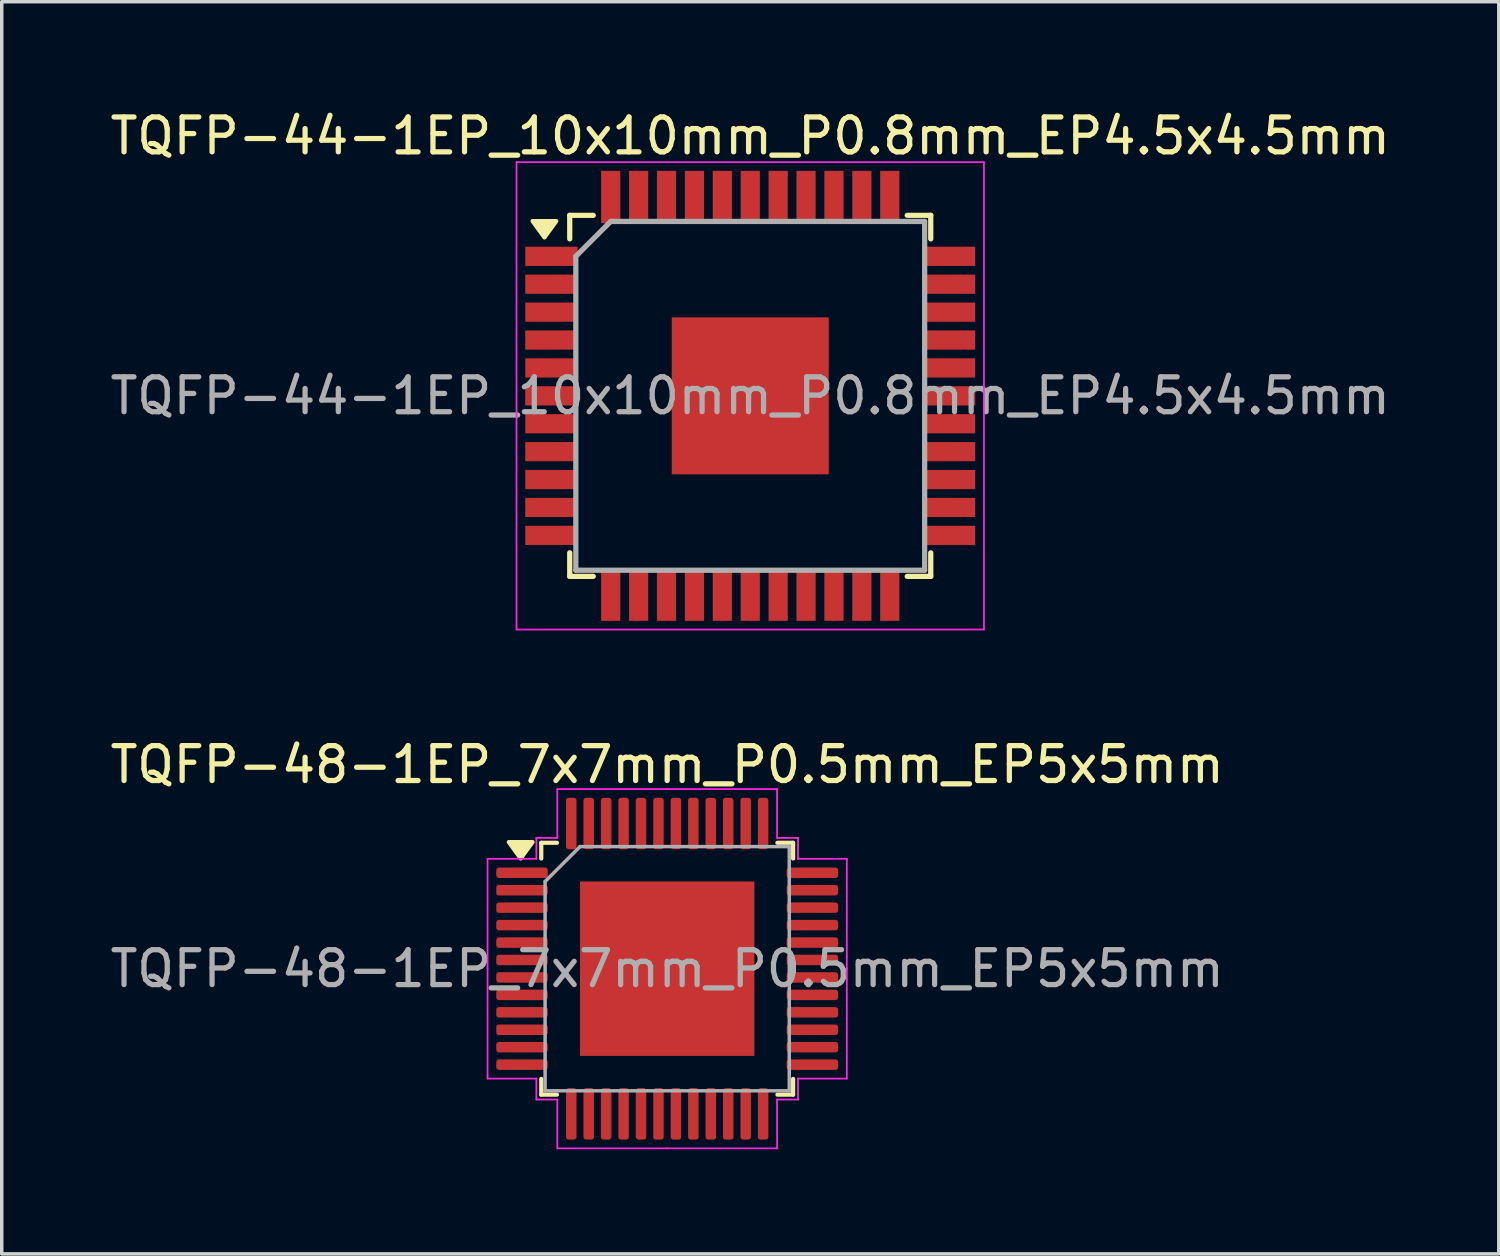
<source format=kicad_pcb>
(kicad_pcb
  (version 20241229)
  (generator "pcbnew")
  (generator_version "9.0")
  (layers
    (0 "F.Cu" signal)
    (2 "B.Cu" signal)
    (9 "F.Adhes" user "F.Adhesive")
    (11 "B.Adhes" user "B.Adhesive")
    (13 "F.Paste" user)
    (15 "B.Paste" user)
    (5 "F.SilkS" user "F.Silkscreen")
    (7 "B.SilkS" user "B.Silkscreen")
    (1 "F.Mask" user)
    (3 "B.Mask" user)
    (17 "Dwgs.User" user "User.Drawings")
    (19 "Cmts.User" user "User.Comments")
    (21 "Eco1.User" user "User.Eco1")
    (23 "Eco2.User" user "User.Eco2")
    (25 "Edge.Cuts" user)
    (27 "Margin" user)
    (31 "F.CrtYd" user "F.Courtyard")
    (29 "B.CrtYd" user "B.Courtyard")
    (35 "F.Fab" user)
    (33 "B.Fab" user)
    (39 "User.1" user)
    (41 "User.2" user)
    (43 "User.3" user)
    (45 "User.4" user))
  (footprint "TQFP-48-1EP_7x7mm_P0.5mm_EP5x5mm"
    (layer "F.Cu")
    (at 16.077 24.721)
    (property "Reference" "TQFP-48-1EP_7x7mm_P0.5mm_EP5x5mm" (at 0 -5.85 0) (layer "F.SilkS") (effects (font (size 1 1) (thickness 0.15))))
    (attr smd)
    (fp_line (start -3.61 -3.61) (end -3.61 -3.16) (stroke (width 0.12) (type solid)) (layer "F.SilkS"))
    (fp_line (start -3.61 3.61) (end -3.61 3.16) (stroke (width 0.12) (type solid)) (layer "F.SilkS"))
    (fp_line (start -3.16 -3.61) (end -3.61 -3.61) (stroke (width 0.12) (type solid)) (layer "F.SilkS"))
    (fp_line (start -3.16 3.61) (end -3.61 3.61) (stroke (width 0.12) (type solid)) (layer "F.SilkS"))
    (fp_line (start 3.16 -3.61) (end 3.61 -3.61) (stroke (width 0.12) (type solid)) (layer "F.SilkS"))
    (fp_line (start 3.16 3.61) (end 3.61 3.61) (stroke (width 0.12) (type solid)) (layer "F.SilkS"))
    (fp_line (start 3.61 -3.61) (end 3.61 -3.16) (stroke (width 0.12) (type solid)) (layer "F.SilkS"))
    (fp_line (start 3.61 3.61) (end 3.61 3.16) (stroke (width 0.12) (type solid)) (layer "F.SilkS"))
    (fp_poly (pts (xy -4.2 -3.16) (xy -4.54 -3.63) (xy -3.86 -3.63) (xy -4.2 -3.16)) (stroke (width 0.12) (type solid)) (fill yes) (layer "F.SilkS"))
    (fp_line (start -5.15 -3.15) (end -5.15 0) (stroke (width 0.05) (type solid)) (layer "F.CrtYd"))
    (fp_line (start -5.15 3.15) (end -5.15 0) (stroke (width 0.05) (type solid)) (layer "F.CrtYd"))
    (fp_line (start -3.75 -3.75) (end -3.75 -3.15) (stroke (width 0.05) (type solid)) (layer "F.CrtYd"))
    (fp_line (start -3.75 -3.15) (end -5.15 -3.15) (stroke (width 0.05) (type solid)) (layer "F.CrtYd"))
    (fp_line (start -3.75 3.15) (end -5.15 3.15) (stroke (width 0.05) (type solid)) (layer "F.CrtYd"))
    (fp_line (start -3.75 3.75) (end -3.75 3.15) (stroke (width 0.05) (type solid)) (layer "F.CrtYd"))
    (fp_line (start -3.15 -5.15) (end -3.15 -3.75) (stroke (width 0.05) (type solid)) (layer "F.CrtYd"))
    (fp_line (start -3.15 -3.75) (end -3.75 -3.75) (stroke (width 0.05) (type solid)) (layer "F.CrtYd"))
    (fp_line (start -3.15 3.75) (end -3.75 3.75) (stroke (width 0.05) (type solid)) (layer "F.CrtYd"))
    (fp_line (start -3.15 5.15) (end -3.15 3.75) (stroke (width 0.05) (type solid)) (layer "F.CrtYd"))
    (fp_line (start 0 -5.15) (end -3.15 -5.15) (stroke (width 0.05) (type solid)) (layer "F.CrtYd"))
    (fp_line (start 0 -5.15) (end 3.15 -5.15) (stroke (width 0.05) (type solid)) (layer "F.CrtYd"))
    (fp_line (start 0 5.15) (end -3.15 5.15) (stroke (width 0.05) (type solid)) (layer "F.CrtYd"))
    (fp_line (start 0 5.15) (end 3.15 5.15) (stroke (width 0.05) (type solid)) (layer "F.CrtYd"))
    (fp_line (start 3.15 -5.15) (end 3.15 -3.75) (stroke (width 0.05) (type solid)) (layer "F.CrtYd"))
    (fp_line (start 3.15 -3.75) (end 3.75 -3.75) (stroke (width 0.05) (type solid)) (layer "F.CrtYd"))
    (fp_line (start 3.15 3.75) (end 3.75 3.75) (stroke (width 0.05) (type solid)) (layer "F.CrtYd"))
    (fp_line (start 3.15 5.15) (end 3.15 3.75) (stroke (width 0.05) (type solid)) (layer "F.CrtYd"))
    (fp_line (start 3.75 -3.75) (end 3.75 -3.15) (stroke (width 0.05) (type solid)) (layer "F.CrtYd"))
    (fp_line (start 3.75 -3.15) (end 5.15 -3.15) (stroke (width 0.05) (type solid)) (layer "F.CrtYd"))
    (fp_line (start 3.75 3.15) (end 5.15 3.15) (stroke (width 0.05) (type solid)) (layer "F.CrtYd"))
    (fp_line (start 3.75 3.75) (end 3.75 3.15) (stroke (width 0.05) (type solid)) (layer "F.CrtYd"))
    (fp_line (start 5.15 -3.15) (end 5.15 0) (stroke (width 0.05) (type solid)) (layer "F.CrtYd"))
    (fp_line (start 5.15 3.15) (end 5.15 0) (stroke (width 0.05) (type solid)) (layer "F.CrtYd"))
    (fp_line (start -3.5 -2.5) (end -2.5 -3.5) (stroke (width 0.1) (type solid)) (layer "F.Fab"))
    (fp_line (start -3.5 3.5) (end -3.5 -2.5) (stroke (width 0.1) (type solid)) (layer "F.Fab"))
    (fp_line (start -2.5 -3.5) (end 3.5 -3.5) (stroke (width 0.1) (type solid)) (layer "F.Fab"))
    (fp_line (start 3.5 -3.5) (end 3.5 3.5) (stroke (width 0.1) (type solid)) (layer "F.Fab"))
    (fp_line (start 3.5 3.5) (end -3.5 3.5) (stroke (width 0.1) (type solid)) (layer "F.Fab"))
    (fp_text user "${REFERENCE}" (at 0 0 0) (layer "F.Fab") (effects (font (size 1 1) (thickness 0.15))))
    (pad "" smd roundrect (at -1.875 -1.875) (size 1.01 1.01) (layers "F.Paste") (roundrect_rratio 0.248))
    (pad "" smd roundrect (at -1.875 -0.625) (size 1.01 1.01) (layers "F.Paste") (roundrect_rratio 0.248))
    (pad "" smd roundrect (at -1.875 0.625) (size 1.01 1.01) (layers "F.Paste") (roundrect_rratio 0.248))
    (pad "" smd roundrect (at -1.875 1.875) (size 1.01 1.01) (layers "F.Paste") (roundrect_rratio 0.248))
    (pad "" smd roundrect (at -0.625 -1.875) (size 1.01 1.01) (layers "F.Paste") (roundrect_rratio 0.248))
    (pad "" smd roundrect (at -0.625 -0.625) (size 1.01 1.01) (layers "F.Paste") (roundrect_rratio 0.248))
    (pad "" smd roundrect (at -0.625 0.625) (size 1.01 1.01) (layers "F.Paste") (roundrect_rratio 0.248))
    (pad "" smd roundrect (at -0.625 1.875) (size 1.01 1.01) (layers "F.Paste") (roundrect_rratio 0.248))
    (pad "" smd roundrect (at 0.625 -1.875) (size 1.01 1.01) (layers "F.Paste") (roundrect_rratio 0.248))
    (pad "" smd roundrect (at 0.625 -0.625) (size 1.01 1.01) (layers "F.Paste") (roundrect_rratio 0.248))
    (pad "" smd roundrect (at 0.625 0.625) (size 1.01 1.01) (layers "F.Paste") (roundrect_rratio 0.248))
    (pad "" smd roundrect (at 0.625 1.875) (size 1.01 1.01) (layers "F.Paste") (roundrect_rratio 0.248))
    (pad "" smd roundrect (at 1.875 -1.875) (size 1.01 1.01) (layers "F.Paste") (roundrect_rratio 0.248))
    (pad "" smd roundrect (at 1.875 -0.625) (size 1.01 1.01) (layers "F.Paste") (roundrect_rratio 0.248))
    (pad "" smd roundrect (at 1.875 0.625) (size 1.01 1.01) (layers "F.Paste") (roundrect_rratio 0.248))
    (pad "" smd roundrect (at 1.875 1.875) (size 1.01 1.01) (layers "F.Paste") (roundrect_rratio 0.248))
    (pad "1" smd roundrect (at -4.162 -2.75) (size 1.475 0.3) (layers "F.Cu" "F.Mask" "F.Paste") (roundrect_rratio 0.25))
    (pad "2" smd roundrect (at -4.162 -2.25) (size 1.475 0.3) (layers "F.Cu" "F.Mask" "F.Paste") (roundrect_rratio 0.25))
    (pad "3" smd roundrect (at -4.162 -1.75) (size 1.475 0.3) (layers "F.Cu" "F.Mask" "F.Paste") (roundrect_rratio 0.25))
    (pad "4" smd roundrect (at -4.162 -1.25) (size 1.475 0.3) (layers "F.Cu" "F.Mask" "F.Paste") (roundrect_rratio 0.25))
    (pad "5" smd roundrect (at -4.162 -0.75) (size 1.475 0.3) (layers "F.Cu" "F.Mask" "F.Paste") (roundrect_rratio 0.25))
    (pad "6" smd roundrect (at -4.162 -0.25) (size 1.475 0.3) (layers "F.Cu" "F.Mask" "F.Paste") (roundrect_rratio 0.25))
    (pad "7" smd roundrect (at -4.162 0.25) (size 1.475 0.3) (layers "F.Cu" "F.Mask" "F.Paste") (roundrect_rratio 0.25))
    (pad "8" smd roundrect (at -4.162 0.75) (size 1.475 0.3) (layers "F.Cu" "F.Mask" "F.Paste") (roundrect_rratio 0.25))
    (pad "9" smd roundrect (at -4.162 1.25) (size 1.475 0.3) (layers "F.Cu" "F.Mask" "F.Paste") (roundrect_rratio 0.25))
    (pad "10" smd roundrect (at -4.162 1.75) (size 1.475 0.3) (layers "F.Cu" "F.Mask" "F.Paste") (roundrect_rratio 0.25))
    (pad "11" smd roundrect (at -4.162 2.25) (size 1.475 0.3) (layers "F.Cu" "F.Mask" "F.Paste") (roundrect_rratio 0.25))
    (pad "12" smd roundrect (at -4.162 2.75) (size 1.475 0.3) (layers "F.Cu" "F.Mask" "F.Paste") (roundrect_rratio 0.25))
    (pad "13" smd roundrect (at -2.75 4.162) (size 0.3 1.475) (layers "F.Cu" "F.Mask" "F.Paste") (roundrect_rratio 0.25))
    (pad "14" smd roundrect (at -2.25 4.162) (size 0.3 1.475) (layers "F.Cu" "F.Mask" "F.Paste") (roundrect_rratio 0.25))
    (pad "15" smd roundrect (at -1.75 4.162) (size 0.3 1.475) (layers "F.Cu" "F.Mask" "F.Paste") (roundrect_rratio 0.25))
    (pad "16" smd roundrect (at -1.25 4.162) (size 0.3 1.475) (layers "F.Cu" "F.Mask" "F.Paste") (roundrect_rratio 0.25))
    (pad "17" smd roundrect (at -0.75 4.162) (size 0.3 1.475) (layers "F.Cu" "F.Mask" "F.Paste") (roundrect_rratio 0.25))
    (pad "18" smd roundrect (at -0.25 4.162) (size 0.3 1.475) (layers "F.Cu" "F.Mask" "F.Paste") (roundrect_rratio 0.25))
    (pad "19" smd roundrect (at 0.25 4.162) (size 0.3 1.475) (layers "F.Cu" "F.Mask" "F.Paste") (roundrect_rratio 0.25))
    (pad "20" smd roundrect (at 0.75 4.162) (size 0.3 1.475) (layers "F.Cu" "F.Mask" "F.Paste") (roundrect_rratio 0.25))
    (pad "21" smd roundrect (at 1.25 4.162) (size 0.3 1.475) (layers "F.Cu" "F.Mask" "F.Paste") (roundrect_rratio 0.25))
    (pad "22" smd roundrect (at 1.75 4.162) (size 0.3 1.475) (layers "F.Cu" "F.Mask" "F.Paste") (roundrect_rratio 0.25))
    (pad "23" smd roundrect (at 2.25 4.162) (size 0.3 1.475) (layers "F.Cu" "F.Mask" "F.Paste") (roundrect_rratio 0.25))
    (pad "24" smd roundrect (at 2.75 4.162) (size 0.3 1.475) (layers "F.Cu" "F.Mask" "F.Paste") (roundrect_rratio 0.25))
    (pad "25" smd roundrect (at 4.162 2.75) (size 1.475 0.3) (layers "F.Cu" "F.Mask" "F.Paste") (roundrect_rratio 0.25))
    (pad "26" smd roundrect (at 4.162 2.25) (size 1.475 0.3) (layers "F.Cu" "F.Mask" "F.Paste") (roundrect_rratio 0.25))
    (pad "27" smd roundrect (at 4.162 1.75) (size 1.475 0.3) (layers "F.Cu" "F.Mask" "F.Paste") (roundrect_rratio 0.25))
    (pad "28" smd roundrect (at 4.162 1.25) (size 1.475 0.3) (layers "F.Cu" "F.Mask" "F.Paste") (roundrect_rratio 0.25))
    (pad "29" smd roundrect (at 4.162 0.75) (size 1.475 0.3) (layers "F.Cu" "F.Mask" "F.Paste") (roundrect_rratio 0.25))
    (pad "30" smd roundrect (at 4.162 0.25) (size 1.475 0.3) (layers "F.Cu" "F.Mask" "F.Paste") (roundrect_rratio 0.25))
    (pad "31" smd roundrect (at 4.162 -0.25) (size 1.475 0.3) (layers "F.Cu" "F.Mask" "F.Paste") (roundrect_rratio 0.25))
    (pad "32" smd roundrect (at 4.162 -0.75) (size 1.475 0.3) (layers "F.Cu" "F.Mask" "F.Paste") (roundrect_rratio 0.25))
    (pad "33" smd roundrect (at 4.162 -1.25) (size 1.475 0.3) (layers "F.Cu" "F.Mask" "F.Paste") (roundrect_rratio 0.25))
    (pad "34" smd roundrect (at 4.162 -1.75) (size 1.475 0.3) (layers "F.Cu" "F.Mask" "F.Paste") (roundrect_rratio 0.25))
    (pad "35" smd roundrect (at 4.162 -2.25) (size 1.475 0.3) (layers "F.Cu" "F.Mask" "F.Paste") (roundrect_rratio 0.25))
    (pad "36" smd roundrect (at 4.162 -2.75) (size 1.475 0.3) (layers "F.Cu" "F.Mask" "F.Paste") (roundrect_rratio 0.25))
    (pad "37" smd roundrect (at 2.75 -4.162) (size 0.3 1.475) (layers "F.Cu" "F.Mask" "F.Paste") (roundrect_rratio 0.25))
    (pad "38" smd roundrect (at 2.25 -4.162) (size 0.3 1.475) (layers "F.Cu" "F.Mask" "F.Paste") (roundrect_rratio 0.25))
    (pad "39" smd roundrect (at 1.75 -4.162) (size 0.3 1.475) (layers "F.Cu" "F.Mask" "F.Paste") (roundrect_rratio 0.25))
    (pad "40" smd roundrect (at 1.25 -4.162) (size 0.3 1.475) (layers "F.Cu" "F.Mask" "F.Paste") (roundrect_rratio 0.25))
    (pad "41" smd roundrect (at 0.75 -4.162) (size 0.3 1.475) (layers "F.Cu" "F.Mask" "F.Paste") (roundrect_rratio 0.25))
    (pad "42" smd roundrect (at 0.25 -4.162) (size 0.3 1.475) (layers "F.Cu" "F.Mask" "F.Paste") (roundrect_rratio 0.25))
    (pad "43" smd roundrect (at -0.25 -4.162) (size 0.3 1.475) (layers "F.Cu" "F.Mask" "F.Paste") (roundrect_rratio 0.25))
    (pad "44" smd roundrect (at -0.75 -4.162) (size 0.3 1.475) (layers "F.Cu" "F.Mask" "F.Paste") (roundrect_rratio 0.25))
    (pad "45" smd roundrect (at -1.25 -4.162) (size 0.3 1.475) (layers "F.Cu" "F.Mask" "F.Paste") (roundrect_rratio 0.25))
    (pad "46" smd roundrect (at -1.75 -4.162) (size 0.3 1.475) (layers "F.Cu" "F.Mask" "F.Paste") (roundrect_rratio 0.25))
    (pad "47" smd roundrect (at -2.25 -4.162) (size 0.3 1.475) (layers "F.Cu" "F.Mask" "F.Paste") (roundrect_rratio 0.25))
    (pad "48" smd roundrect (at -2.75 -4.162) (size 0.3 1.475) (layers "F.Cu" "F.Mask" "F.Paste") (roundrect_rratio 0.25))
    (pad "49" smd rect (at 0 0) (size 5 5) (property pad_prop_heatsink) (layers "F.Cu" "F.Mask")))
  (footprint "TQFP-44-1EP_10x10mm_P0.8mm_EP4.5x4.5mm"
    (layer "F.Cu")
    (at 18.458 8.298)
    (property "Reference" "TQFP-44-1EP_10x10mm_P0.8mm_EP4.5x4.5mm" (at 0 -7.45 0) (layer "F.SilkS") (effects (font (size 1 1) (thickness 0.15))))
    (attr smd)
    (fp_line (start -5.175 -5.175) (end -4.5 -5.175) (stroke (width 0.15) (type solid)) (layer "F.SilkS"))
    (fp_line (start -5.175 -4.5) (end -5.175 -5.175) (stroke (width 0.15) (type solid)) (layer "F.SilkS"))
    (fp_line (start -5.175 5.175) (end -5.175 4.5) (stroke (width 0.15) (type solid)) (layer "F.SilkS"))
    (fp_line (start -5.175 5.175) (end -4.5 5.175) (stroke (width 0.15) (type solid)) (layer "F.SilkS"))
    (fp_line (start 5.175 -5.175) (end 4.5 -5.175) (stroke (width 0.15) (type solid)) (layer "F.SilkS"))
    (fp_line (start 5.175 -5.175) (end 5.175 -4.5) (stroke (width 0.15) (type solid)) (layer "F.SilkS"))
    (fp_line (start 5.175 5.175) (end 4.5 5.175) (stroke (width 0.15) (type solid)) (layer "F.SilkS"))
    (fp_line (start 5.175 5.175) (end 5.175 4.5) (stroke (width 0.15) (type solid)) (layer "F.SilkS"))
    (fp_poly (pts (xy -5.9 -4.54) (xy -6.24 -5.01) (xy -5.56 -5.01) (xy -5.9 -4.54)) (stroke (width 0.12) (type solid)) (fill yes) (layer "F.SilkS"))
    (fp_line (start -6.7 -6.7) (end -6.7 6.7) (stroke (width 0.05) (type solid)) (layer "F.CrtYd"))
    (fp_line (start -6.7 -6.7) (end 6.7 -6.7) (stroke (width 0.05) (type solid)) (layer "F.CrtYd"))
    (fp_line (start -6.7 6.7) (end 6.7 6.7) (stroke (width 0.05) (type solid)) (layer "F.CrtYd"))
    (fp_line (start 6.7 -6.7) (end 6.7 6.7) (stroke (width 0.05) (type solid)) (layer "F.CrtYd"))
    (fp_line (start -5 -4) (end -4 -5) (stroke (width 0.15) (type solid)) (layer "F.Fab"))
    (fp_line (start -5 5) (end -5 -4) (stroke (width 0.15) (type solid)) (layer "F.Fab"))
    (fp_line (start -4 -5) (end 5 -5) (stroke (width 0.15) (type solid)) (layer "F.Fab"))
    (fp_line (start 5 -5) (end 5 5) (stroke (width 0.15) (type solid)) (layer "F.Fab"))
    (fp_line (start 5 5) (end -5 5) (stroke (width 0.15) (type solid)) (layer "F.Fab"))
    (fp_text user "${REFERENCE}" (at 0 0 0) (layer "F.Fab") (effects (font (size 1 1) (thickness 0.15))))
    (pad "" smd rect (at -1.5 -1.5) (size 1.16 1.16) (layers "F.Paste"))
    (pad "" smd rect (at -1.5 0) (size 1.16 1.16) (layers "F.Paste"))
    (pad "" smd rect (at -1.5 1.5) (size 1.16 1.16) (layers "F.Paste"))
    (pad "" smd rect (at 0 -1.5) (size 1.16 1.16) (layers "F.Paste"))
    (pad "" smd rect (at 0 0) (size 1.16 1.16) (layers "F.Paste"))
    (pad "" smd rect (at 0 1.5) (size 1.16 1.16) (layers "F.Paste"))
    (pad "" smd rect (at 1.5 -1.5) (size 1.16 1.16) (layers "F.Paste"))
    (pad "" smd rect (at 1.5 0) (size 1.16 1.16) (layers "F.Paste"))
    (pad "" smd rect (at 1.5 1.5) (size 1.16 1.16) (layers "F.Paste"))
    (pad "1" smd rect (at -5.7 -4) (size 1.5 0.55) (layers "F.Cu" "F.Mask" "F.Paste"))
    (pad "2" smd rect (at -5.7 -3.2) (size 1.5 0.55) (layers "F.Cu" "F.Mask" "F.Paste"))
    (pad "3" smd rect (at -5.7 -2.4) (size 1.5 0.55) (layers "F.Cu" "F.Mask" "F.Paste"))
    (pad "4" smd rect (at -5.7 -1.6) (size 1.5 0.55) (layers "F.Cu" "F.Mask" "F.Paste"))
    (pad "5" smd rect (at -5.7 -0.8) (size 1.5 0.55) (layers "F.Cu" "F.Mask" "F.Paste"))
    (pad "6" smd rect (at -5.7 0) (size 1.5 0.55) (layers "F.Cu" "F.Mask" "F.Paste"))
    (pad "7" smd rect (at -5.7 0.8) (size 1.5 0.55) (layers "F.Cu" "F.Mask" "F.Paste"))
    (pad "8" smd rect (at -5.7 1.6) (size 1.5 0.55) (layers "F.Cu" "F.Mask" "F.Paste"))
    (pad "9" smd rect (at -5.7 2.4) (size 1.5 0.55) (layers "F.Cu" "F.Mask" "F.Paste"))
    (pad "10" smd rect (at -5.7 3.2) (size 1.5 0.55) (layers "F.Cu" "F.Mask" "F.Paste"))
    (pad "11" smd rect (at -5.7 4) (size 1.5 0.55) (layers "F.Cu" "F.Mask" "F.Paste"))
    (pad "12" smd rect (at -4 5.7 90) (size 1.5 0.55) (layers "F.Cu" "F.Mask" "F.Paste"))
    (pad "13" smd rect (at -3.2 5.7 90) (size 1.5 0.55) (layers "F.Cu" "F.Mask" "F.Paste"))
    (pad "14" smd rect (at -2.4 5.7 90) (size 1.5 0.55) (layers "F.Cu" "F.Mask" "F.Paste"))
    (pad "15" smd rect (at -1.6 5.7 90) (size 1.5 0.55) (layers "F.Cu" "F.Mask" "F.Paste"))
    (pad "16" smd rect (at -0.8 5.7 90) (size 1.5 0.55) (layers "F.Cu" "F.Mask" "F.Paste"))
    (pad "17" smd rect (at 0 5.7 90) (size 1.5 0.55) (layers "F.Cu" "F.Mask" "F.Paste"))
    (pad "18" smd rect (at 0.8 5.7 90) (size 1.5 0.55) (layers "F.Cu" "F.Mask" "F.Paste"))
    (pad "19" smd rect (at 1.6 5.7 90) (size 1.5 0.55) (layers "F.Cu" "F.Mask" "F.Paste"))
    (pad "20" smd rect (at 2.4 5.7 90) (size 1.5 0.55) (layers "F.Cu" "F.Mask" "F.Paste"))
    (pad "21" smd rect (at 3.2 5.7 90) (size 1.5 0.55) (layers "F.Cu" "F.Mask" "F.Paste"))
    (pad "22" smd rect (at 4 5.7 90) (size 1.5 0.55) (layers "F.Cu" "F.Mask" "F.Paste"))
    (pad "23" smd rect (at 5.7 4) (size 1.5 0.55) (layers "F.Cu" "F.Mask" "F.Paste"))
    (pad "24" smd rect (at 5.7 3.2) (size 1.5 0.55) (layers "F.Cu" "F.Mask" "F.Paste"))
    (pad "25" smd rect (at 5.7 2.4) (size 1.5 0.55) (layers "F.Cu" "F.Mask" "F.Paste"))
    (pad "26" smd rect (at 5.7 1.6) (size 1.5 0.55) (layers "F.Cu" "F.Mask" "F.Paste"))
    (pad "27" smd rect (at 5.7 0.8) (size 1.5 0.55) (layers "F.Cu" "F.Mask" "F.Paste"))
    (pad "28" smd rect (at 5.7 0) (size 1.5 0.55) (layers "F.Cu" "F.Mask" "F.Paste"))
    (pad "29" smd rect (at 5.7 -0.8) (size 1.5 0.55) (layers "F.Cu" "F.Mask" "F.Paste"))
    (pad "30" smd rect (at 5.7 -1.6) (size 1.5 0.55) (layers "F.Cu" "F.Mask" "F.Paste"))
    (pad "31" smd rect (at 5.7 -2.4) (size 1.5 0.55) (layers "F.Cu" "F.Mask" "F.Paste"))
    (pad "32" smd rect (at 5.7 -3.2) (size 1.5 0.55) (layers "F.Cu" "F.Mask" "F.Paste"))
    (pad "33" smd rect (at 5.7 -4) (size 1.5 0.55) (layers "F.Cu" "F.Mask" "F.Paste"))
    (pad "34" smd rect (at 4 -5.7 90) (size 1.5 0.55) (layers "F.Cu" "F.Mask" "F.Paste"))
    (pad "35" smd rect (at 3.2 -5.7 90) (size 1.5 0.55) (layers "F.Cu" "F.Mask" "F.Paste"))
    (pad "36" smd rect (at 2.4 -5.7 90) (size 1.5 0.55) (layers "F.Cu" "F.Mask" "F.Paste"))
    (pad "37" smd rect (at 1.6 -5.7 90) (size 1.5 0.55) (layers "F.Cu" "F.Mask" "F.Paste"))
    (pad "38" smd rect (at 0.8 -5.7 90) (size 1.5 0.55) (layers "F.Cu" "F.Mask" "F.Paste"))
    (pad "39" smd rect (at 0 -5.7 90) (size 1.5 0.55) (layers "F.Cu" "F.Mask" "F.Paste"))
    (pad "40" smd rect (at -0.8 -5.7 90) (size 1.5 0.55) (layers "F.Cu" "F.Mask" "F.Paste"))
    (pad "41" smd rect (at -1.6 -5.7 90) (size 1.5 0.55) (layers "F.Cu" "F.Mask" "F.Paste"))
    (pad "42" smd rect (at -2.4 -5.7 90) (size 1.5 0.55) (layers "F.Cu" "F.Mask" "F.Paste"))
    (pad "43" smd rect (at -3.2 -5.7 90) (size 1.5 0.55) (layers "F.Cu" "F.Mask" "F.Paste"))
    (pad "44" smd rect (at -4 -5.7 90) (size 1.5 0.55) (layers "F.Cu" "F.Mask" "F.Paste"))
    (pad "45" smd rect (at 0 0) (size 4.5 4.5) (layers "F.Cu" "F.Mask")))
  (gr_rect
    (start -3 -3)
    (end 39.917 32.897)
    (stroke (width 0.1) (type default))
    (fill no)
    (layer "Edge.Cuts")))
</source>
